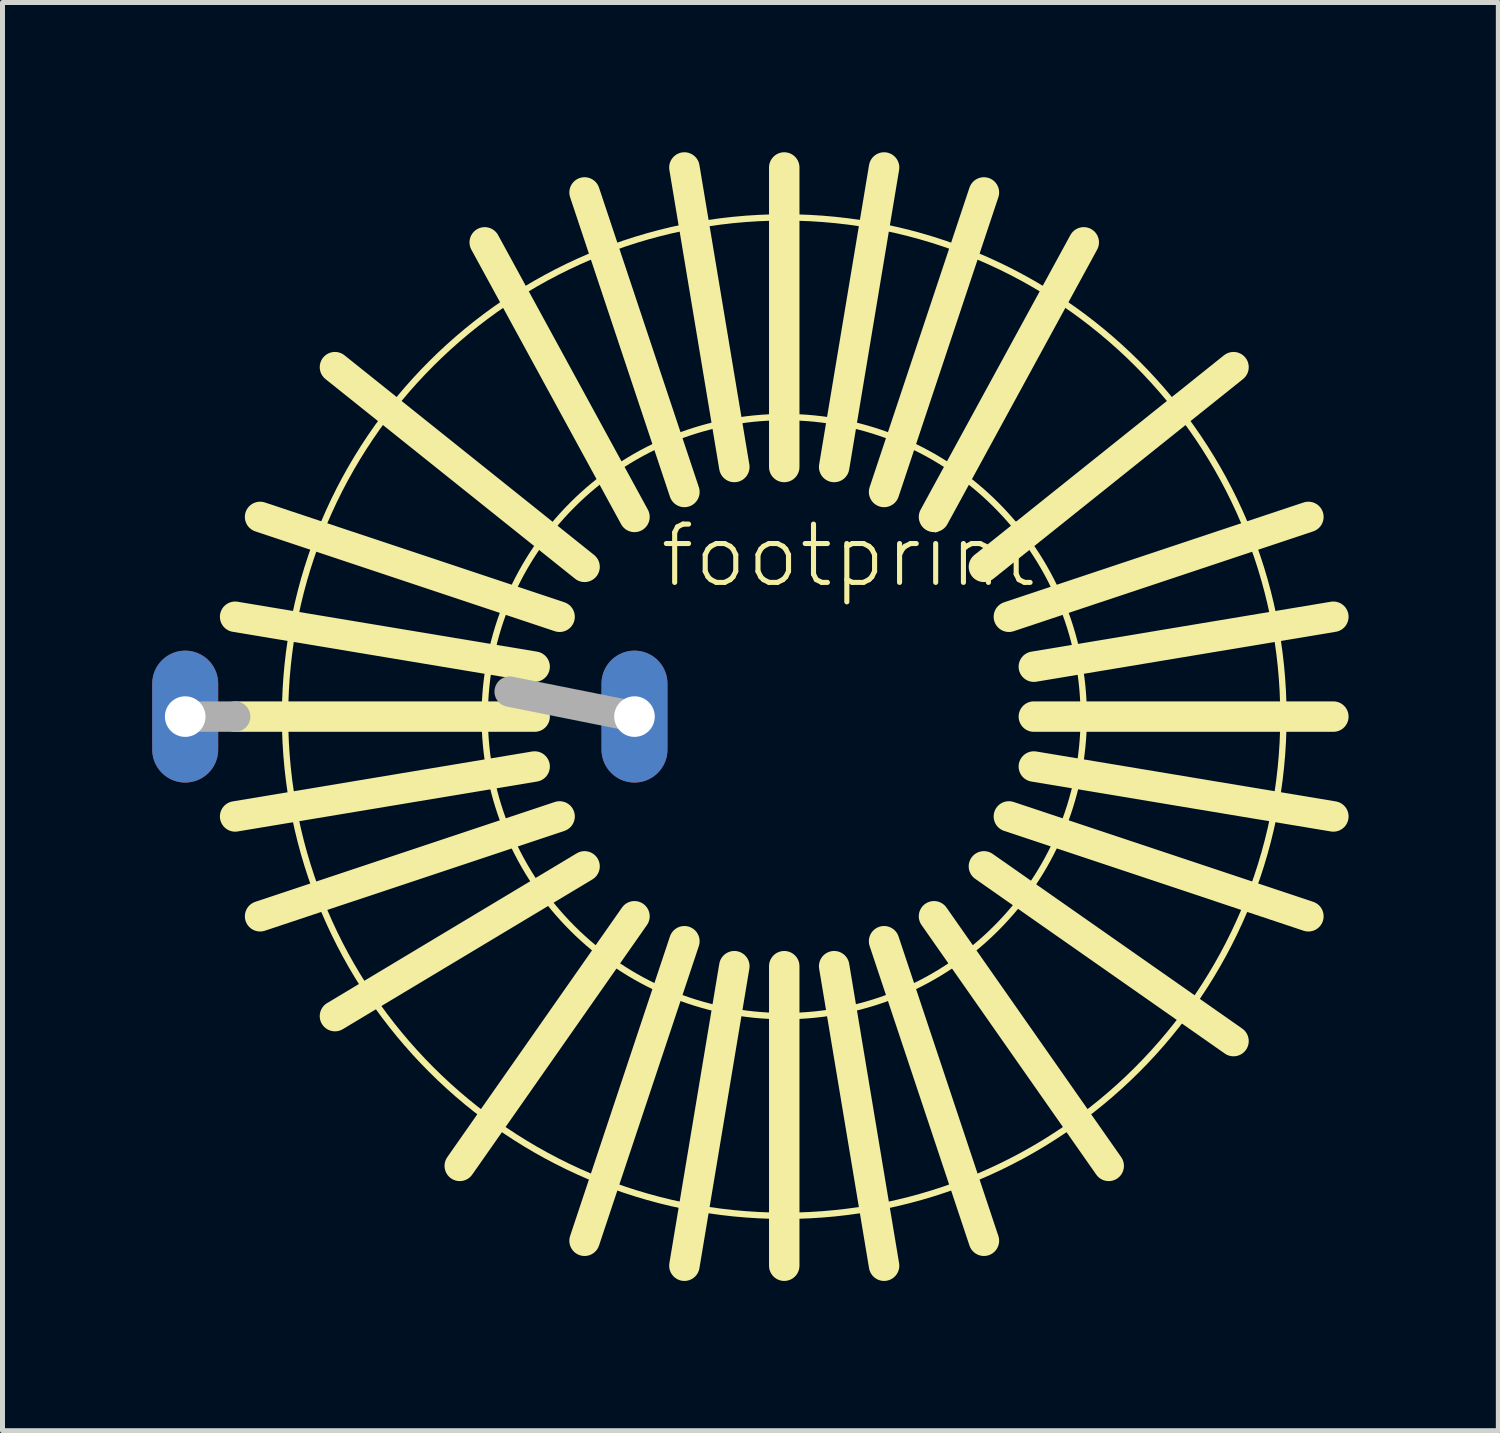
<source format=kicad_pcb>
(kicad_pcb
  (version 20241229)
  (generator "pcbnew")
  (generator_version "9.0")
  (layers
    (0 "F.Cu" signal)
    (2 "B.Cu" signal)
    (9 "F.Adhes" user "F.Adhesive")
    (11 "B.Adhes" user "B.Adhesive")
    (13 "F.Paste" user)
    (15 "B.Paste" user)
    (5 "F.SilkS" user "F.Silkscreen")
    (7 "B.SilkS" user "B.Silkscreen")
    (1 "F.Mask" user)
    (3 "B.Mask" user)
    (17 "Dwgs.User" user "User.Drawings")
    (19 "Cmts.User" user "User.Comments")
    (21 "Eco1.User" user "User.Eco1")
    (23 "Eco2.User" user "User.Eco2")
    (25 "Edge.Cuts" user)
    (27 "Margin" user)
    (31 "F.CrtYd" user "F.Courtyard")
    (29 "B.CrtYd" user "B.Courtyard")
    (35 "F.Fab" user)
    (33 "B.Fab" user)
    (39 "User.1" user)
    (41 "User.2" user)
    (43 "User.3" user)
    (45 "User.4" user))
  (footprint "footprint"
    (layer "F.Cu")
    (at 12.66 11.305)
    (property "Reference" "footprint" (at -2.54 -2.54 0) (layer "F.SilkS") (effects (font (size 1.168 1.168) (thickness 0.102)) (justify left bottom)))
    (fp_line (start -5 -1) (end -11 -2) (stroke (width 0.61) (type solid)) (layer "F.SilkS"))
    (fp_line (start -5 0) (end -11 0) (stroke (width 0.61) (type solid)) (layer "F.SilkS"))
    (fp_line (start -5 1) (end -11 2) (stroke (width 0.61) (type solid)) (layer "F.SilkS"))
    (fp_line (start -4.5 -2) (end -10.5 -4) (stroke (width 0.61) (type solid)) (layer "F.SilkS"))
    (fp_line (start -4.5 2) (end -10.5 4) (stroke (width 0.61) (type solid)) (layer "F.SilkS"))
    (fp_line (start -4 -3) (end -9 -7) (stroke (width 0.61) (type solid)) (layer "F.SilkS"))
    (fp_line (start -4 3) (end -9 6) (stroke (width 0.61) (type solid)) (layer "F.SilkS"))
    (fp_line (start -3 -4) (end -6 -9.5) (stroke (width 0.61) (type solid)) (layer "F.SilkS"))
    (fp_line (start -3 4) (end -6.5 9) (stroke (width 0.61) (type solid)) (layer "F.SilkS"))
    (fp_line (start -2 -4.5) (end -4 -10.5) (stroke (width 0.61) (type solid)) (layer "F.SilkS"))
    (fp_line (start -2 4.5) (end -4 10.5) (stroke (width 0.61) (type solid)) (layer "F.SilkS"))
    (fp_line (start -2 11) (end -1 5) (stroke (width 0.61) (type solid)) (layer "F.SilkS"))
    (fp_line (start -1 -5) (end -2 -11) (stroke (width 0.61) (type solid)) (layer "F.SilkS"))
    (fp_line (start 0 -5) (end 0 -11) (stroke (width 0.61) (type solid)) (layer "F.SilkS"))
    (fp_line (start 0 5) (end 0 11) (stroke (width 0.61) (type solid)) (layer "F.SilkS"))
    (fp_line (start 1 -5) (end 2 -11) (stroke (width 0.61) (type solid)) (layer "F.SilkS"))
    (fp_line (start 1 5) (end 2 11) (stroke (width 0.61) (type solid)) (layer "F.SilkS"))
    (fp_line (start 2 -4.5) (end 4 -10.5) (stroke (width 0.61) (type solid)) (layer "F.SilkS"))
    (fp_line (start 2 4.5) (end 4 10.5) (stroke (width 0.61) (type solid)) (layer "F.SilkS"))
    (fp_line (start 3 -4) (end 6 -9.5) (stroke (width 0.61) (type solid)) (layer "F.SilkS"))
    (fp_line (start 3 4) (end 6.5 9) (stroke (width 0.61) (type solid)) (layer "F.SilkS"))
    (fp_line (start 4 -3) (end 9 -7) (stroke (width 0.61) (type solid)) (layer "F.SilkS"))
    (fp_line (start 4 3) (end 9 6.5) (stroke (width 0.61) (type solid)) (layer "F.SilkS"))
    (fp_line (start 4.5 -2) (end 10.5 -4) (stroke (width 0.61) (type solid)) (layer "F.SilkS"))
    (fp_line (start 4.5 2) (end 10.5 4) (stroke (width 0.61) (type solid)) (layer "F.SilkS"))
    (fp_line (start 5 -1) (end 11 -2) (stroke (width 0.61) (type solid)) (layer "F.SilkS"))
    (fp_line (start 5 0) (end 11 0) (stroke (width 0.61) (type solid)) (layer "F.SilkS"))
    (fp_line (start 5 1) (end 11 2) (stroke (width 0.61) (type solid)) (layer "F.SilkS"))
    (fp_circle (center 0 0) (end 6 0) (stroke (width 0.127) (type solid)) (fill no) (layer "F.SilkS"))
    (fp_circle (center 0 0) (end 10 0) (stroke (width 0.127) (type solid)) (fill no) (layer "F.SilkS"))
    (fp_line (start -12 0) (end -11 0) (stroke (width 0.61) (type solid)) (layer "F.Fab"))
    (fp_line (start -5.5 -0.5) (end -3 0) (stroke (width 0.61) (type solid)) (layer "F.Fab"))
    (pad "1" thru_hole oval (at -12 0 90) (size 2.642 1.321) (drill 0.813) (layers "*.Cu" "*.Mask"))
    (pad "2" thru_hole oval (at -3 0 90) (size 2.642 1.321) (drill 0.813) (layers "*.Cu" "*.Mask")))
  (gr_rect
    (start -3 -3)
    (end 26.965 25.61)
    (stroke (width 0.1) (type default))
    (fill no)
    (layer "Edge.Cuts")))
</source>
